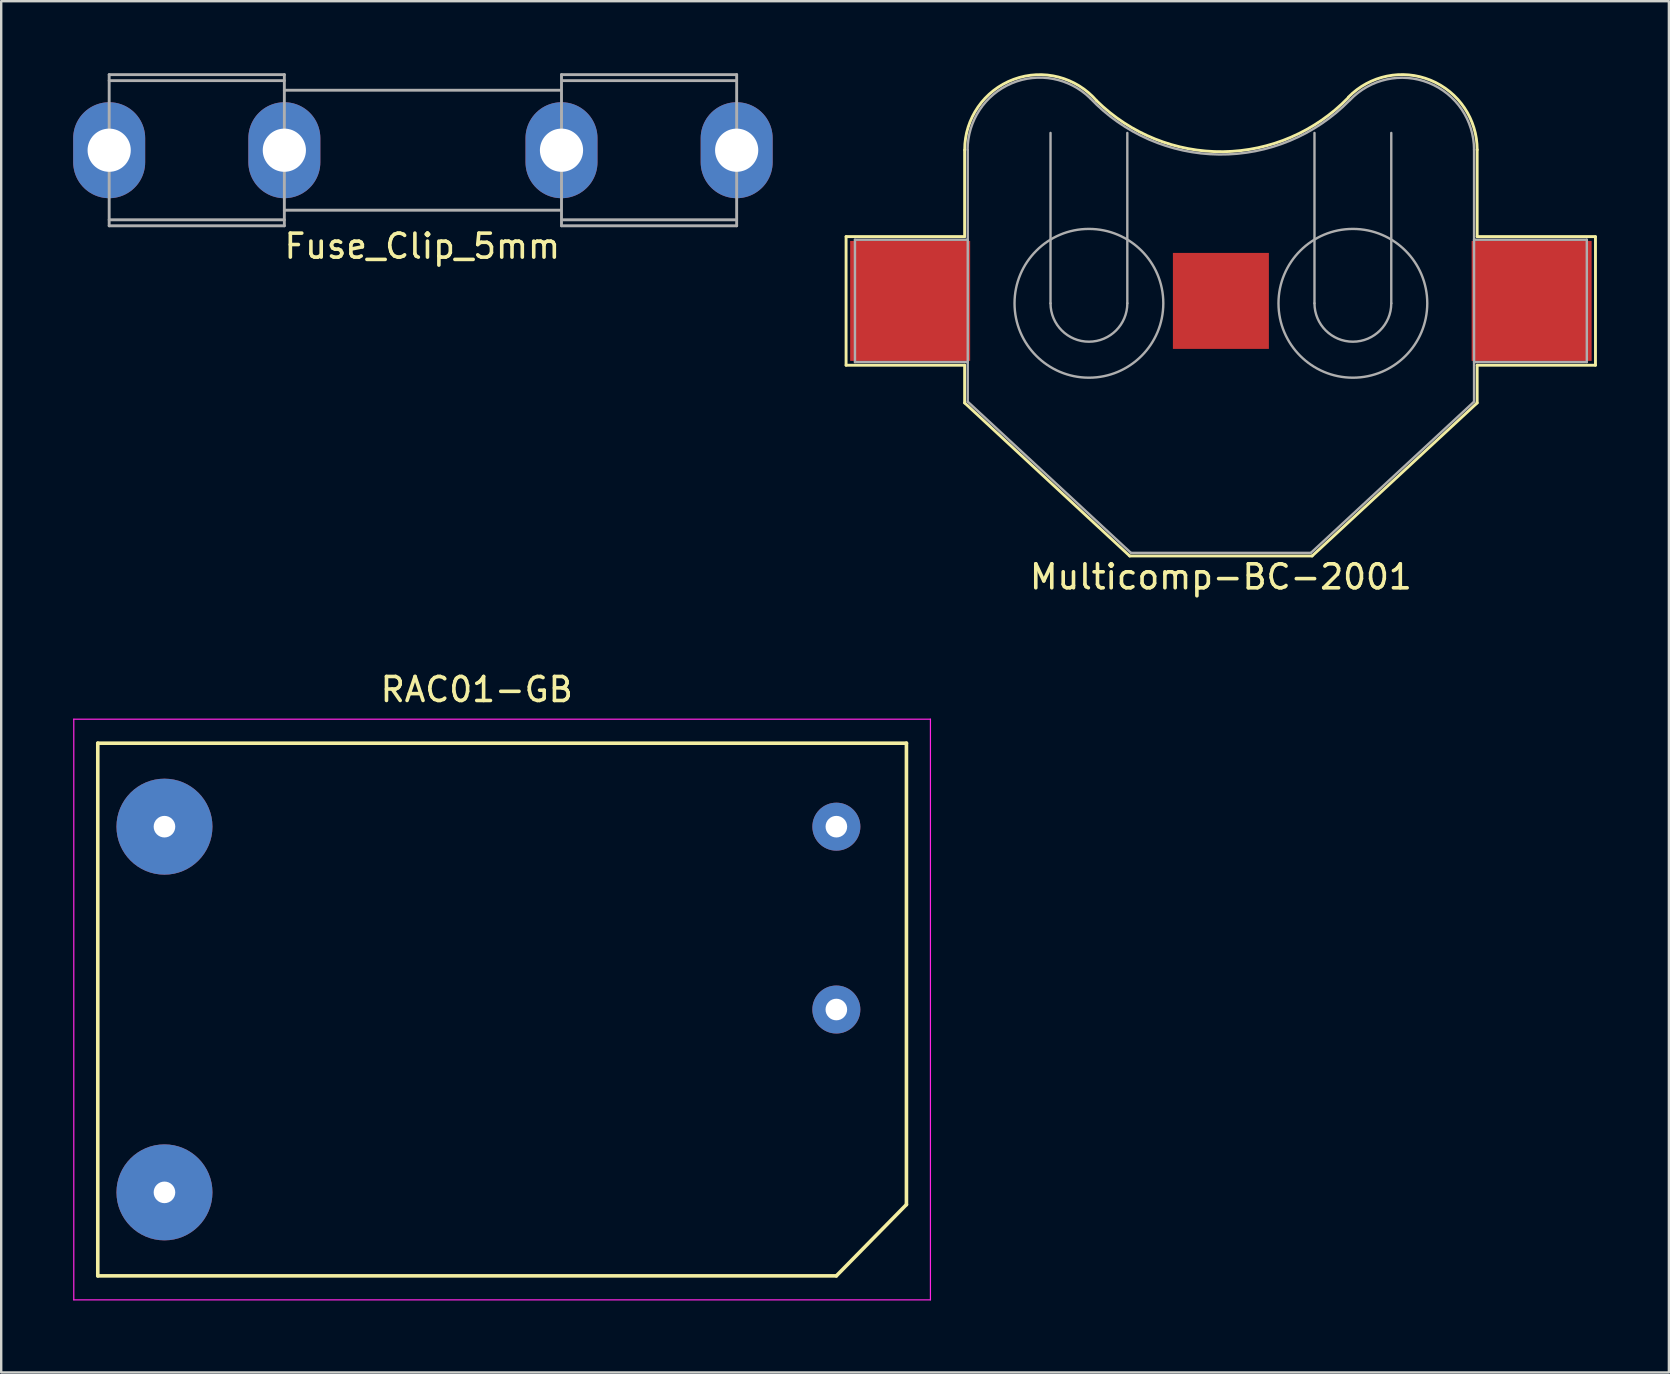
<source format=kicad_pcb>
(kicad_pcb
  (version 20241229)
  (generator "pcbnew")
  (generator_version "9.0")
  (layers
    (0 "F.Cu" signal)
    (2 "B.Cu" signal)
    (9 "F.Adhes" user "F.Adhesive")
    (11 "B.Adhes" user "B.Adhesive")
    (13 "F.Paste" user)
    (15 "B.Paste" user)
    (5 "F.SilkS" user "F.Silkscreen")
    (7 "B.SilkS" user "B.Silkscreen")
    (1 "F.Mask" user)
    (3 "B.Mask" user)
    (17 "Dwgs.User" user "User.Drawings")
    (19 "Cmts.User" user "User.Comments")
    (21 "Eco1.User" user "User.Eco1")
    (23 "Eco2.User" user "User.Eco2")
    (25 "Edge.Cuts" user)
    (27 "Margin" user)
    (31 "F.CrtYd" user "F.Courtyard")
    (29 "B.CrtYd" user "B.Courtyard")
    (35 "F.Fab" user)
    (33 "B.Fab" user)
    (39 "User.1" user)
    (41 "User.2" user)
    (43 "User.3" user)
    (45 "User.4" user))
  (footprint "Multicomp-BC-2001"
    (layer "F.Cu")
    (at 34.88 9.49)
    (property "Reference" "Multicomp-BC-2001" (at 12.95 11.5 0) (layer "F.SilkS") (effects (font (size 1 1) (thickness 0.15))))
    (attr smd)
    (fp_line (start -2.67 -2.68) (end 2.27 -2.68) (stroke (width 0.12) (type solid)) (layer "F.SilkS"))
    (fp_line (start -2.67 2.68) (end -2.67 -2.68) (stroke (width 0.12) (type solid)) (layer "F.SilkS"))
    (fp_line (start -2.67 2.68) (end 2.27 2.68) (stroke (width 0.12) (type solid)) (layer "F.SilkS"))
    (fp_line (start 2.27 -2.68) (end 2.27 -6.28) (stroke (width 0.12) (type solid)) (layer "F.SilkS"))
    (fp_line (start 2.27 2.68) (end 2.27 4.25) (stroke (width 0.12) (type solid)) (layer "F.SilkS"))
    (fp_line (start 2.27 4.25) (end 9.15 10.63) (stroke (width 0.12) (type solid)) (layer "F.SilkS"))
    (fp_line (start 16.75 10.63) (end 9.15 10.63) (stroke (width 0.12) (type solid)) (layer "F.SilkS"))
    (fp_line (start 23.63 -2.68) (end 23.63 -6.3) (stroke (width 0.12) (type solid)) (layer "F.SilkS"))
    (fp_line (start 23.63 2.68) (end 23.63 4.25) (stroke (width 0.12) (type solid)) (layer "F.SilkS"))
    (fp_line (start 23.63 2.68) (end 28.56 2.68) (stroke (width 0.12) (type solid)) (layer "F.SilkS"))
    (fp_line (start 23.63 4.25) (end 16.75 10.63) (stroke (width 0.12) (type solid)) (layer "F.SilkS"))
    (fp_line (start 28.56 2.68) (end 28.56 -2.67) (stroke (width 0.12) (type solid)) (layer "F.SilkS"))
    (fp_line (start 28.56 -2.68) (end 23.63 -2.68) (stroke (width 0.12) (type solid)) (layer "F.SilkS"))
    (fp_arc (start 2.272942 -6.3) (mid 4.312028 -9.23169) (end 7.769999 -8.339999) (stroke (width 0.12) (type solid)) (layer "F.SilkS"))
    (fp_arc (start 18.256422 -8.467392) (mid 13.046808 -6.218103) (end 7.780001 -8.330001) (stroke (width 0.12) (type solid)) (layer "F.SilkS"))
    (fp_arc (start 18.266452 -8.492753) (mid 21.684461 -9.197232) (end 23.63 -6.3) (stroke (width 0.12) (type solid)) (layer "F.SilkS"))
    (fp_line (start -2.3 -2.55) (end -2.3 2.55) (stroke (width 0.1) (type solid)) (layer "F.Fab"))
    (fp_line (start -2.3 -2.55) (end 2.4 -2.55) (stroke (width 0.1) (type solid)) (layer "F.Fab"))
    (fp_line (start -2.3 2.55) (end 2.4 2.55) (stroke (width 0.1) (type solid)) (layer "F.Fab"))
    (fp_line (start 2.4 -6.29) (end 2.4 4.2) (stroke (width 0.1) (type solid)) (layer "F.Fab"))
    (fp_line (start 2.4 4.2) (end 9.2 10.5) (stroke (width 0.1) (type solid)) (layer "F.Fab"))
    (fp_line (start 5.85 0.1) (end 5.85 -7) (stroke (width 0.1) (type solid)) (layer "F.Fab"))
    (fp_line (start 9.05 0.1) (end 9.05 -7) (stroke (width 0.1) (type solid)) (layer "F.Fab"))
    (fp_line (start 9.2 10.5) (end 16.7 10.5) (stroke (width 0.1) (type solid)) (layer "F.Fab"))
    (fp_line (start 16.85 0.1) (end 16.85 -7) (stroke (width 0.1) (type solid)) (layer "F.Fab"))
    (fp_line (start 20.05 0.1) (end 20.05 -7) (stroke (width 0.1) (type solid)) (layer "F.Fab"))
    (fp_line (start 23.5 -6.3) (end 23.5 4.2) (stroke (width 0.1) (type solid)) (layer "F.Fab"))
    (fp_line (start 23.5 -2.55) (end 28.2 -2.55) (stroke (width 0.1) (type solid)) (layer "F.Fab"))
    (fp_line (start 23.5 2.55) (end 28.2 2.55) (stroke (width 0.1) (type solid)) (layer "F.Fab"))
    (fp_line (start 23.5 4.2) (end 16.7 10.5) (stroke (width 0.1) (type solid)) (layer "F.Fab"))
    (fp_line (start 28.2 2.55) (end 28.2 -2.55) (stroke (width 0.1) (type solid)) (layer "F.Fab"))
    (fp_arc (start 2.39459 -6.3) (mid 4.233567 -9.069824) (end 7.499999 -8.449999) (stroke (width 0.1) (type solid)) (layer "F.Fab"))
    (fp_arc (start 9.05 0.1) (mid 7.45 1.7) (end 5.85 0.1) (stroke (width 0.1) (type solid)) (layer "F.Fab"))
    (fp_arc (start 18.301903 -8.348132) (mid 12.879289 -6.102001) (end 7.500001 -8.450001) (stroke (width 0.1) (type solid)) (layer "F.Fab"))
    (fp_arc (start 18.326326 -8.367641) (mid 21.613323 -9.085769) (end 23.5 -6.3) (stroke (width 0.1) (type solid)) (layer "F.Fab"))
    (fp_arc (start 20.05 0.1) (mid 18.45 1.7) (end 16.85 0.1) (stroke (width 0.1) (type solid)) (layer "F.Fab"))
    (fp_circle (center 7.45 0.1) (end 10.55 0.1) (stroke (width 0.1) (type solid)) (fill no) (layer "F.Fab"))
    (fp_circle (center 18.45 0.1) (end 21.55 0.1) (stroke (width 0.1) (type solid)) (fill no) (layer "F.Fab"))
    (pad "1" smd rect (at 0 0) (size 5 5) (layers "F.Cu" "F.Mask" "F.Paste"))
    (pad "1" smd rect (at 25.9 0) (size 5 5) (layers "F.Cu" "F.Mask" "F.Paste"))
    (pad "2" smd rect (at 12.95 0) (size 4 4) (layers "F.Cu" "F.Mask" "F.Paste")))
  (footprint "RAC01-GB"
    (layer "F.Cu")
    (at 3.817 46.614)
    (property "Reference" "RAC01-GB" (at 13.001 -20.928 180) (layer "F.SilkS") (effects (font (size 1 1) (thickness 0.15))))
    (attr through_hole)
    (fp_line (start -2.792 -18.693) (end 30.908 -18.693) (stroke (width 0.15) (type solid)) (layer "F.SilkS"))
    (fp_line (start -2.792 3.507) (end -2.792 -18.693) (stroke (width 0.15) (type solid)) (layer "F.SilkS"))
    (fp_line (start 27.987 3.507) (end -2.792 3.507) (stroke (width 0.15) (type solid)) (layer "F.SilkS"))
    (fp_line (start 27.987 3.507) (end 30.908 0.535) (stroke (width 0.15) (type solid)) (layer "F.SilkS"))
    (fp_line (start 30.908 0.536) (end 30.908 -18.693) (stroke (width 0.15) (type solid)) (layer "F.SilkS"))
    (fp_line (start -3.792 -19.693) (end 31.908 -19.693) (stroke (width 0.05) (type solid)) (layer "F.CrtYd"))
    (fp_line (start -3.792 4.507) (end -3.792 -19.693) (stroke (width 0.05) (type solid)) (layer "F.CrtYd"))
    (fp_line (start 31.908 -19.693) (end 31.908 4.507) (stroke (width 0.05) (type solid)) (layer "F.CrtYd"))
    (fp_line (start 31.908 4.507) (end -3.792 4.507) (stroke (width 0.05) (type solid)) (layer "F.CrtYd"))
    (pad "1" thru_hole circle (at -0.013 0.027 180) (size 4 4) (drill 0.9) (layers "*.Cu" "*.Mask"))
    (pad "2" thru_hole circle (at -0.013 -15.213 180) (size 4 4) (drill 0.9) (layers "*.Cu" "*.Mask"))
    (pad "3" thru_hole circle (at 27.988 -15.213 180) (size 2 2) (drill 0.9) (layers "*.Cu" "*.Mask"))
    (pad "4" thru_hole circle (at 27.987 -7.593 180) (size 2 2) (drill 0.9) (layers "*.Cu" "*.Mask")))
  (footprint "Fuse_Clip_5mm"
    (layer "F.Cu")
    (at 8.8 3.21)
    (property "Reference" "Fuse_Clip_5mm" (at 5.75 4 0) (layer "F.SilkS") (effects (font (size 1 1) (thickness 0.15))))
    (attr through_hole)
    (fp_line (start -7.3 -3.15) (end 0 -3.15) (stroke (width 0.12) (type solid)) (layer "F.Fab"))
    (fp_line (start -7.3 -2.9) (end 0 -2.9) (stroke (width 0.12) (type solid)) (layer "F.Fab"))
    (fp_line (start -7.3 3.15) (end -7.3 -3.15) (stroke (width 0.12) (type solid)) (layer "F.Fab"))
    (fp_line (start 0 -3.15) (end 0 3.15) (stroke (width 0.12) (type solid)) (layer "F.Fab"))
    (fp_line (start 0 -2.5) (end 11.5 -2.5) (stroke (width 0.12) (type solid)) (layer "F.Fab"))
    (fp_line (start 0 2.5) (end 11.5 2.5) (stroke (width 0.12) (type solid)) (layer "F.Fab"))
    (fp_line (start 0 2.9) (end -7.3 2.9) (stroke (width 0.12) (type solid)) (layer "F.Fab"))
    (fp_line (start 0 3.15) (end -7.3 3.15) (stroke (width 0.12) (type solid)) (layer "F.Fab"))
    (fp_line (start 11.55 -3.15) (end 18.85 -3.15) (stroke (width 0.12) (type solid)) (layer "F.Fab"))
    (fp_line (start 11.55 3.15) (end 11.55 -3.15) (stroke (width 0.12) (type solid)) (layer "F.Fab"))
    (fp_line (start 11.6 -2.9) (end 18.8 -2.9) (stroke (width 0.12) (type solid)) (layer "F.Fab"))
    (fp_line (start 11.6 2.9) (end 18.8 2.9) (stroke (width 0.12) (type solid)) (layer "F.Fab"))
    (fp_line (start 18.85 -3.15) (end 18.85 3.15) (stroke (width 0.12) (type solid)) (layer "F.Fab"))
    (fp_line (start 18.85 3.15) (end 11.55 3.15) (stroke (width 0.12) (type solid)) (layer "F.Fab"))
    (pad "1" thru_hole oval (at -7.3 0) (size 3 4) (drill 1.8) (layers "*.Cu" "*.Mask"))
    (pad "1" thru_hole oval (at 0 0) (size 3 4) (drill 1.8) (layers "*.Cu" "*.Mask"))
    (pad "2" thru_hole oval (at 11.55 0) (size 3 4) (drill 1.8) (layers "*.Cu" "*.Mask"))
    (pad "2" thru_hole oval (at 18.85 0) (size 3 4) (drill 1.8) (layers "*.Cu" "*.Mask")))
  (gr_rect
    (start -3 -3)
    (end 66.5 54.147)
    (stroke (width 0.1) (type default))
    (fill no)
    (layer "Edge.Cuts")))
</source>
